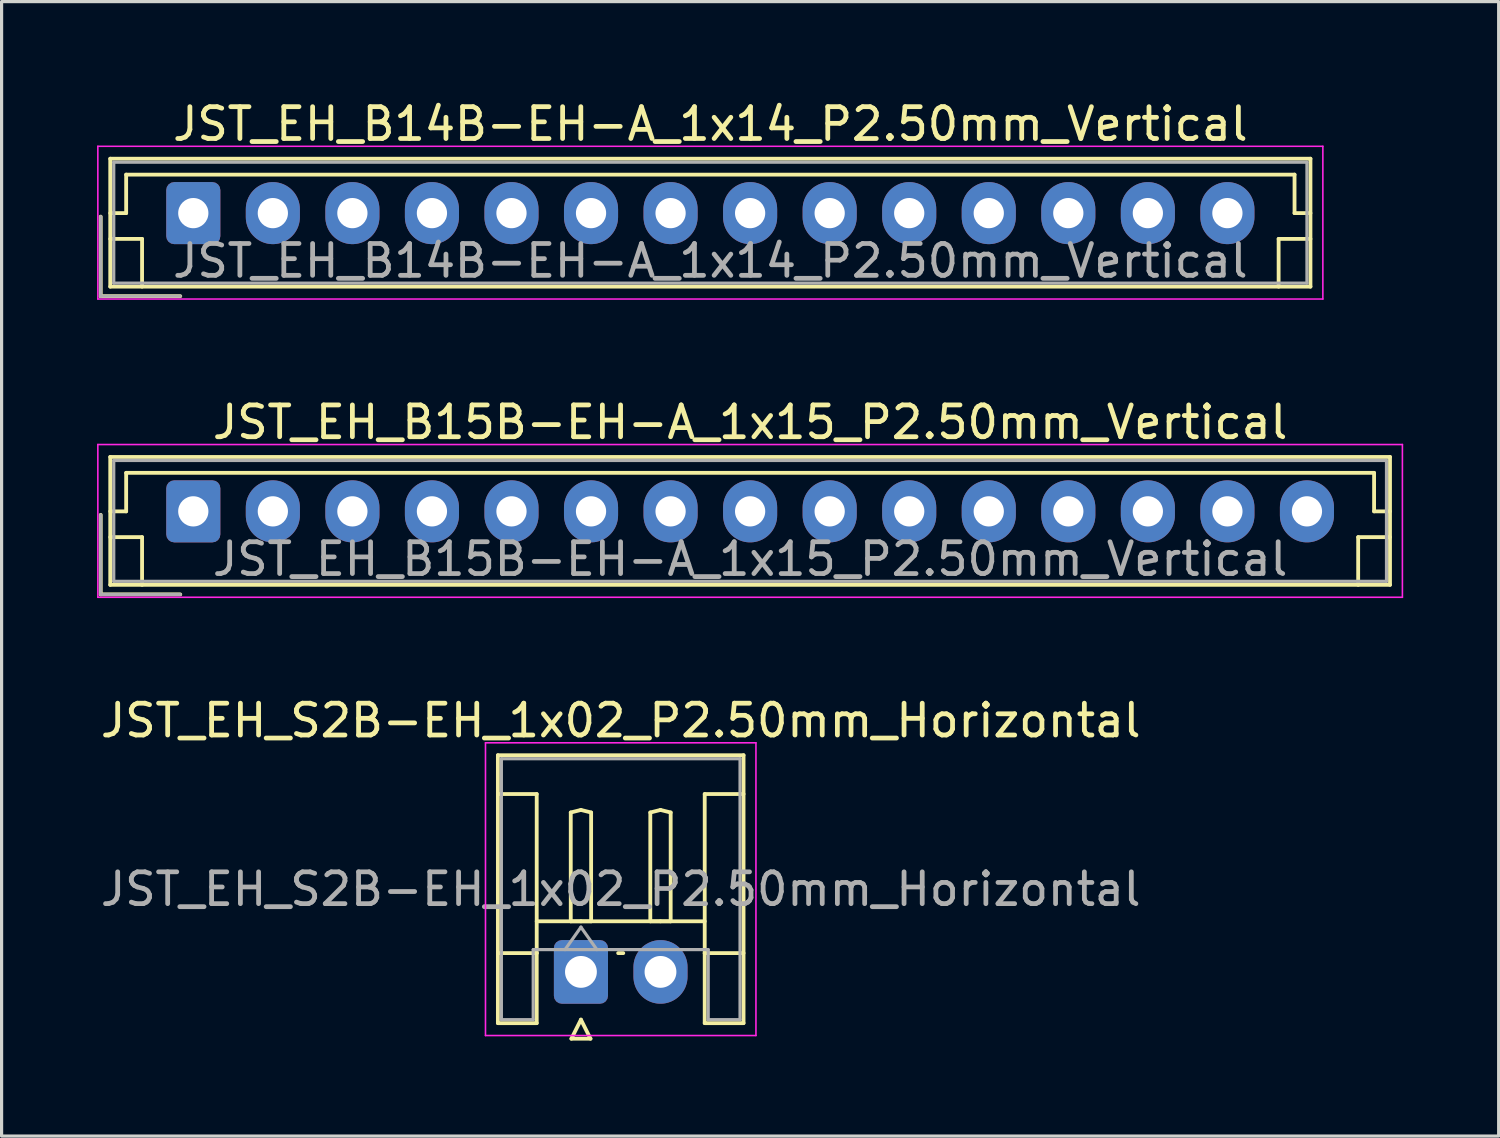
<source format=kicad_pcb>
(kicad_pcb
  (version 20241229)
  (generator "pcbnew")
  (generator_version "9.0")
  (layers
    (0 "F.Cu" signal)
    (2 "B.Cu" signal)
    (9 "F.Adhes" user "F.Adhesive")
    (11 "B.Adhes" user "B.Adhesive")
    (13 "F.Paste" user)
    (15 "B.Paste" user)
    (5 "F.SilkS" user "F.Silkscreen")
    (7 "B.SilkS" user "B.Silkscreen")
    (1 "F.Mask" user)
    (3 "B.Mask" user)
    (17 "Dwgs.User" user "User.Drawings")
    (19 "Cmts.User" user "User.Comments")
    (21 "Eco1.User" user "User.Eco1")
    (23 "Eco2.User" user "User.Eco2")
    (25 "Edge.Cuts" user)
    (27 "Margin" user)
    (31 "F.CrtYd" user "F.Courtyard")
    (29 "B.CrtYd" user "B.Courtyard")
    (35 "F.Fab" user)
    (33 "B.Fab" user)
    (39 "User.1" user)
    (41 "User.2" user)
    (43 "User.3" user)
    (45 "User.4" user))
  (footprint "JST_EH_B15B-EH-A_1x15_P2.50mm_Vertical"
    (layer "F.Cu")
    (at 3.025 13.021)
    (property "Reference" "JST_EH_B15B-EH-A_1x15_P2.50mm_Vertical" (at 17.5 -2.8 0) (layer "F.SilkS") (effects (font (size 1 1) (thickness 0.15))))
    (attr through_hole)
    (fp_line (start -2.91 0.11) (end -2.91 2.61) (stroke (width 0.12) (type solid)) (layer "F.SilkS"))
    (fp_line (start -2.91 2.61) (end -0.41 2.61) (stroke (width 0.12) (type solid)) (layer "F.SilkS"))
    (fp_line (start -2.61 -1.71) (end -2.61 2.31) (stroke (width 0.12) (type solid)) (layer "F.SilkS"))
    (fp_line (start -2.61 0) (end -2.11 0) (stroke (width 0.12) (type solid)) (layer "F.SilkS"))
    (fp_line (start -2.61 0.81) (end -1.61 0.81) (stroke (width 0.12) (type solid)) (layer "F.SilkS"))
    (fp_line (start -2.61 2.31) (end 37.61 2.31) (stroke (width 0.12) (type solid)) (layer "F.SilkS"))
    (fp_line (start -2.11 -1.21) (end 37.11 -1.21) (stroke (width 0.12) (type solid)) (layer "F.SilkS"))
    (fp_line (start -2.11 0) (end -2.11 -1.21) (stroke (width 0.12) (type solid)) (layer "F.SilkS"))
    (fp_line (start -1.61 0.81) (end -1.61 2.31) (stroke (width 0.12) (type solid)) (layer "F.SilkS"))
    (fp_line (start 36.61 0.81) (end 36.61 2.31) (stroke (width 0.12) (type solid)) (layer "F.SilkS"))
    (fp_line (start 37.11 -1.21) (end 37.11 0) (stroke (width 0.12) (type solid)) (layer "F.SilkS"))
    (fp_line (start 37.11 0) (end 37.61 0) (stroke (width 0.12) (type solid)) (layer "F.SilkS"))
    (fp_line (start 37.61 -1.71) (end -2.61 -1.71) (stroke (width 0.12) (type solid)) (layer "F.SilkS"))
    (fp_line (start 37.61 0.81) (end 36.61 0.81) (stroke (width 0.12) (type solid)) (layer "F.SilkS"))
    (fp_line (start 37.61 2.31) (end 37.61 -1.71) (stroke (width 0.12) (type solid)) (layer "F.SilkS"))
    (fp_line (start -3 -2.1) (end -3 2.7) (stroke (width 0.05) (type solid)) (layer "F.CrtYd"))
    (fp_line (start -3 2.7) (end 38 2.7) (stroke (width 0.05) (type solid)) (layer "F.CrtYd"))
    (fp_line (start 38 -2.1) (end -3 -2.1) (stroke (width 0.05) (type solid)) (layer "F.CrtYd"))
    (fp_line (start 38 2.7) (end 38 -2.1) (stroke (width 0.05) (type solid)) (layer "F.CrtYd"))
    (fp_line (start -2.91 0.11) (end -2.91 2.61) (stroke (width 0.1) (type solid)) (layer "F.Fab"))
    (fp_line (start -2.91 2.61) (end -0.41 2.61) (stroke (width 0.1) (type solid)) (layer "F.Fab"))
    (fp_line (start -2.5 -1.6) (end -2.5 2.2) (stroke (width 0.1) (type solid)) (layer "F.Fab"))
    (fp_line (start -2.5 2.2) (end 37.5 2.2) (stroke (width 0.1) (type solid)) (layer "F.Fab"))
    (fp_line (start 37.5 -1.6) (end -2.5 -1.6) (stroke (width 0.1) (type solid)) (layer "F.Fab"))
    (fp_line (start 37.5 2.2) (end 37.5 -1.6) (stroke (width 0.1) (type solid)) (layer "F.Fab"))
    (fp_text user "${REFERENCE}" (at 17.5 1.5 0) (layer "F.Fab") (effects (font (size 1 1) (thickness 0.15))))
    (pad "1" thru_hole roundrect (at 0 0) (size 1.7 1.95) (drill 0.95) (layers "*.Cu" "*.Mask") (roundrect_rratio 0.147))
    (pad "2" thru_hole oval (at 2.5 0) (size 1.7 1.95) (drill 0.95) (layers "*.Cu" "*.Mask"))
    (pad "3" thru_hole oval (at 5 0) (size 1.7 1.95) (drill 0.95) (layers "*.Cu" "*.Mask"))
    (pad "4" thru_hole oval (at 7.5 0) (size 1.7 1.95) (drill 0.95) (layers "*.Cu" "*.Mask"))
    (pad "5" thru_hole oval (at 10 0) (size 1.7 1.95) (drill 0.95) (layers "*.Cu" "*.Mask"))
    (pad "6" thru_hole oval (at 12.5 0) (size 1.7 1.95) (drill 0.95) (layers "*.Cu" "*.Mask"))
    (pad "7" thru_hole oval (at 15 0) (size 1.7 1.95) (drill 0.95) (layers "*.Cu" "*.Mask"))
    (pad "8" thru_hole oval (at 17.5 0) (size 1.7 1.95) (drill 0.95) (layers "*.Cu" "*.Mask"))
    (pad "9" thru_hole oval (at 20 0) (size 1.7 1.95) (drill 0.95) (layers "*.Cu" "*.Mask"))
    (pad "10" thru_hole oval (at 22.5 0) (size 1.7 1.95) (drill 0.95) (layers "*.Cu" "*.Mask"))
    (pad "11" thru_hole oval (at 25 0) (size 1.7 1.95) (drill 0.95) (layers "*.Cu" "*.Mask"))
    (pad "12" thru_hole oval (at 27.5 0) (size 1.7 1.95) (drill 0.95) (layers "*.Cu" "*.Mask"))
    (pad "13" thru_hole oval (at 30 0) (size 1.7 1.95) (drill 0.95) (layers "*.Cu" "*.Mask"))
    (pad "14" thru_hole oval (at 32.5 0) (size 1.7 1.95) (drill 0.95) (layers "*.Cu" "*.Mask"))
    (pad "15" thru_hole oval (at 35 0) (size 1.7 1.95) (drill 0.95) (layers "*.Cu" "*.Mask")))
  (footprint "JST_EH_B14B-EH-A_1x14_P2.50mm_Vertical"
    (layer "F.Cu")
    (at 3.025 3.648)
    (property "Reference" "JST_EH_B14B-EH-A_1x14_P2.50mm_Vertical" (at 16.25 -2.8 0) (layer "F.SilkS") (effects (font (size 1 1) (thickness 0.15))))
    (attr through_hole)
    (fp_line (start -2.91 0.11) (end -2.91 2.61) (stroke (width 0.12) (type solid)) (layer "F.SilkS"))
    (fp_line (start -2.91 2.61) (end -0.41 2.61) (stroke (width 0.12) (type solid)) (layer "F.SilkS"))
    (fp_line (start -2.61 -1.71) (end -2.61 2.31) (stroke (width 0.12) (type solid)) (layer "F.SilkS"))
    (fp_line (start -2.61 0) (end -2.11 0) (stroke (width 0.12) (type solid)) (layer "F.SilkS"))
    (fp_line (start -2.61 0.81) (end -1.61 0.81) (stroke (width 0.12) (type solid)) (layer "F.SilkS"))
    (fp_line (start -2.61 2.31) (end 35.11 2.31) (stroke (width 0.12) (type solid)) (layer "F.SilkS"))
    (fp_line (start -2.11 -1.21) (end 34.61 -1.21) (stroke (width 0.12) (type solid)) (layer "F.SilkS"))
    (fp_line (start -2.11 0) (end -2.11 -1.21) (stroke (width 0.12) (type solid)) (layer "F.SilkS"))
    (fp_line (start -1.61 0.81) (end -1.61 2.31) (stroke (width 0.12) (type solid)) (layer "F.SilkS"))
    (fp_line (start 34.11 0.81) (end 34.11 2.31) (stroke (width 0.12) (type solid)) (layer "F.SilkS"))
    (fp_line (start 34.61 -1.21) (end 34.61 0) (stroke (width 0.12) (type solid)) (layer "F.SilkS"))
    (fp_line (start 34.61 0) (end 35.11 0) (stroke (width 0.12) (type solid)) (layer "F.SilkS"))
    (fp_line (start 35.11 -1.71) (end -2.61 -1.71) (stroke (width 0.12) (type solid)) (layer "F.SilkS"))
    (fp_line (start 35.11 0.81) (end 34.11 0.81) (stroke (width 0.12) (type solid)) (layer "F.SilkS"))
    (fp_line (start 35.11 2.31) (end 35.11 -1.71) (stroke (width 0.12) (type solid)) (layer "F.SilkS"))
    (fp_line (start -3 -2.1) (end -3 2.7) (stroke (width 0.05) (type solid)) (layer "F.CrtYd"))
    (fp_line (start -3 2.7) (end 35.5 2.7) (stroke (width 0.05) (type solid)) (layer "F.CrtYd"))
    (fp_line (start 35.5 -2.1) (end -3 -2.1) (stroke (width 0.05) (type solid)) (layer "F.CrtYd"))
    (fp_line (start 35.5 2.7) (end 35.5 -2.1) (stroke (width 0.05) (type solid)) (layer "F.CrtYd"))
    (fp_line (start -2.91 0.11) (end -2.91 2.61) (stroke (width 0.1) (type solid)) (layer "F.Fab"))
    (fp_line (start -2.91 2.61) (end -0.41 2.61) (stroke (width 0.1) (type solid)) (layer "F.Fab"))
    (fp_line (start -2.5 -1.6) (end -2.5 2.2) (stroke (width 0.1) (type solid)) (layer "F.Fab"))
    (fp_line (start -2.5 2.2) (end 35 2.2) (stroke (width 0.1) (type solid)) (layer "F.Fab"))
    (fp_line (start 35 -1.6) (end -2.5 -1.6) (stroke (width 0.1) (type solid)) (layer "F.Fab"))
    (fp_line (start 35 2.2) (end 35 -1.6) (stroke (width 0.1) (type solid)) (layer "F.Fab"))
    (fp_text user "${REFERENCE}" (at 16.25 1.5 0) (layer "F.Fab") (effects (font (size 1 1) (thickness 0.15))))
    (pad "1" thru_hole roundrect (at 0 0) (size 1.7 1.95) (drill 0.95) (layers "*.Cu" "*.Mask") (roundrect_rratio 0.147))
    (pad "2" thru_hole oval (at 2.5 0) (size 1.7 1.95) (drill 0.95) (layers "*.Cu" "*.Mask"))
    (pad "3" thru_hole oval (at 5 0) (size 1.7 1.95) (drill 0.95) (layers "*.Cu" "*.Mask"))
    (pad "4" thru_hole oval (at 7.5 0) (size 1.7 1.95) (drill 0.95) (layers "*.Cu" "*.Mask"))
    (pad "5" thru_hole oval (at 10 0) (size 1.7 1.95) (drill 0.95) (layers "*.Cu" "*.Mask"))
    (pad "6" thru_hole oval (at 12.5 0) (size 1.7 1.95) (drill 0.95) (layers "*.Cu" "*.Mask"))
    (pad "7" thru_hole oval (at 15 0) (size 1.7 1.95) (drill 0.95) (layers "*.Cu" "*.Mask"))
    (pad "8" thru_hole oval (at 17.5 0) (size 1.7 1.95) (drill 0.95) (layers "*.Cu" "*.Mask"))
    (pad "9" thru_hole oval (at 20 0) (size 1.7 1.95) (drill 0.95) (layers "*.Cu" "*.Mask"))
    (pad "10" thru_hole oval (at 22.5 0) (size 1.7 1.95) (drill 0.95) (layers "*.Cu" "*.Mask"))
    (pad "11" thru_hole oval (at 25 0) (size 1.7 1.95) (drill 0.95) (layers "*.Cu" "*.Mask"))
    (pad "12" thru_hole oval (at 27.5 0) (size 1.7 1.95) (drill 0.95) (layers "*.Cu" "*.Mask"))
    (pad "13" thru_hole oval (at 30 0) (size 1.7 1.95) (drill 0.95) (layers "*.Cu" "*.Mask"))
    (pad "14" thru_hole oval (at 32.5 0) (size 1.7 1.95) (drill 0.95) (layers "*.Cu" "*.Mask")))
  (footprint "JST_EH_S2B-EH_1x02_P2.50mm_Horizontal"
    (layer "F.Cu")
    (at 15.208 27.495)
    (property "Reference" "JST_EH_S2B-EH_1x02_P2.50mm_Horizontal" (at 1.25 -7.9 0) (layer "F.SilkS") (effects (font (size 1 1) (thickness 0.15))))
    (attr through_hole)
    (fp_line (start -2.61 -6.81) (end 5.11 -6.81) (stroke (width 0.12) (type solid)) (layer "F.SilkS"))
    (fp_line (start -2.61 -5.59) (end -1.39 -5.59) (stroke (width 0.12) (type solid)) (layer "F.SilkS"))
    (fp_line (start -2.61 1.61) (end -2.61 -6.81) (stroke (width 0.12) (type solid)) (layer "F.SilkS"))
    (fp_line (start -1.39 -5.59) (end -1.39 -0.59) (stroke (width 0.12) (type solid)) (layer "F.SilkS"))
    (fp_line (start -1.39 -1.59) (end 3.89 -1.59) (stroke (width 0.12) (type solid)) (layer "F.SilkS"))
    (fp_line (start -1.39 -0.59) (end -2.61 -0.59) (stroke (width 0.12) (type solid)) (layer "F.SilkS"))
    (fp_line (start -1.39 -0.59) (end -1.39 1.61) (stroke (width 0.12) (type solid)) (layer "F.SilkS"))
    (fp_line (start -1.39 1.61) (end -2.61 1.61) (stroke (width 0.12) (type solid)) (layer "F.SilkS"))
    (fp_line (start -0.32 -5.01) (end 0 -5.09) (stroke (width 0.12) (type solid)) (layer "F.SilkS"))
    (fp_line (start -0.32 -1.59) (end -0.32 -5.01) (stroke (width 0.12) (type solid)) (layer "F.SilkS"))
    (fp_line (start -0.3 2.1) (end 0.3 2.1) (stroke (width 0.12) (type solid)) (layer "F.SilkS"))
    (fp_line (start 0 -5.09) (end 0.32 -5.01) (stroke (width 0.12) (type solid)) (layer "F.SilkS"))
    (fp_line (start 0 -1.59) (end -0.32 -1.59) (stroke (width 0.12) (type solid)) (layer "F.SilkS"))
    (fp_line (start 0 1.5) (end -0.3 2.1) (stroke (width 0.12) (type solid)) (layer "F.SilkS"))
    (fp_line (start 0.3 2.1) (end 0 1.5) (stroke (width 0.12) (type solid)) (layer "F.SilkS"))
    (fp_line (start 0.32 -5.01) (end 0.32 -1.59) (stroke (width 0.12) (type solid)) (layer "F.SilkS"))
    (fp_line (start 0.32 -1.59) (end 0 -1.59) (stroke (width 0.12) (type solid)) (layer "F.SilkS"))
    (fp_line (start 1.17 -0.59) (end 1.33 -0.59) (stroke (width 0.12) (type solid)) (layer "F.SilkS"))
    (fp_line (start 2.18 -5.01) (end 2.5 -5.09) (stroke (width 0.12) (type solid)) (layer "F.SilkS"))
    (fp_line (start 2.18 -1.59) (end 2.18 -5.01) (stroke (width 0.12) (type solid)) (layer "F.SilkS"))
    (fp_line (start 2.5 -5.09) (end 2.82 -5.01) (stroke (width 0.12) (type solid)) (layer "F.SilkS"))
    (fp_line (start 2.5 -1.59) (end 2.18 -1.59) (stroke (width 0.12) (type solid)) (layer "F.SilkS"))
    (fp_line (start 2.82 -5.01) (end 2.82 -1.59) (stroke (width 0.12) (type solid)) (layer "F.SilkS"))
    (fp_line (start 2.82 -1.59) (end 2.5 -1.59) (stroke (width 0.12) (type solid)) (layer "F.SilkS"))
    (fp_line (start 3.89 -5.59) (end 3.89 -0.59) (stroke (width 0.12) (type solid)) (layer "F.SilkS"))
    (fp_line (start 3.89 -0.59) (end 5.11 -0.59) (stroke (width 0.12) (type solid)) (layer "F.SilkS"))
    (fp_line (start 3.89 1.61) (end 3.89 -0.59) (stroke (width 0.12) (type solid)) (layer "F.SilkS"))
    (fp_line (start 5.11 -6.81) (end 5.11 1.61) (stroke (width 0.12) (type solid)) (layer "F.SilkS"))
    (fp_line (start 5.11 -5.59) (end 3.89 -5.59) (stroke (width 0.12) (type solid)) (layer "F.SilkS"))
    (fp_line (start 5.11 1.61) (end 3.89 1.61) (stroke (width 0.12) (type solid)) (layer "F.SilkS"))
    (fp_line (start -3 -7.2) (end -3 2) (stroke (width 0.05) (type solid)) (layer "F.CrtYd"))
    (fp_line (start -3 2) (end 5.5 2) (stroke (width 0.05) (type solid)) (layer "F.CrtYd"))
    (fp_line (start 5.5 -7.2) (end -3 -7.2) (stroke (width 0.05) (type solid)) (layer "F.CrtYd"))
    (fp_line (start 5.5 2) (end 5.5 -7.2) (stroke (width 0.05) (type solid)) (layer "F.CrtYd"))
    (fp_line (start -2.5 -6.7) (end 5 -6.7) (stroke (width 0.1) (type solid)) (layer "F.Fab"))
    (fp_line (start -2.5 1.5) (end -2.5 -6.7) (stroke (width 0.1) (type solid)) (layer "F.Fab"))
    (fp_line (start -1.5 -0.7) (end -1.5 1.5) (stroke (width 0.1) (type solid)) (layer "F.Fab"))
    (fp_line (start -1.5 1.5) (end -2.5 1.5) (stroke (width 0.1) (type solid)) (layer "F.Fab"))
    (fp_line (start -0.5 -0.7) (end 0 -1.407) (stroke (width 0.1) (type solid)) (layer "F.Fab"))
    (fp_line (start 0 -1.407) (end 0.5 -0.7) (stroke (width 0.1) (type solid)) (layer "F.Fab"))
    (fp_line (start 4 -0.7) (end -1.5 -0.7) (stroke (width 0.1) (type solid)) (layer "F.Fab"))
    (fp_line (start 4 1.5) (end 4 -0.7) (stroke (width 0.1) (type solid)) (layer "F.Fab"))
    (fp_line (start 5 -6.7) (end 5 1.5) (stroke (width 0.1) (type solid)) (layer "F.Fab"))
    (fp_line (start 5 1.5) (end 4 1.5) (stroke (width 0.1) (type solid)) (layer "F.Fab"))
    (fp_text user "${REFERENCE}" (at 1.25 -2.6 0) (layer "F.Fab") (effects (font (size 1 1) (thickness 0.15))))
    (pad "1" thru_hole roundrect (at 0 0) (size 1.7 2) (drill 1) (layers "*.Cu" "*.Mask") (roundrect_rratio 0.147))
    (pad "2" thru_hole oval (at 2.5 0) (size 1.7 2) (drill 1) (layers "*.Cu" "*.Mask")))
  (gr_rect
    (start -3 -3)
    (end 44.05 32.655)
    (stroke (width 0.1) (type default))
    (fill no)
    (layer "Edge.Cuts")))
</source>
